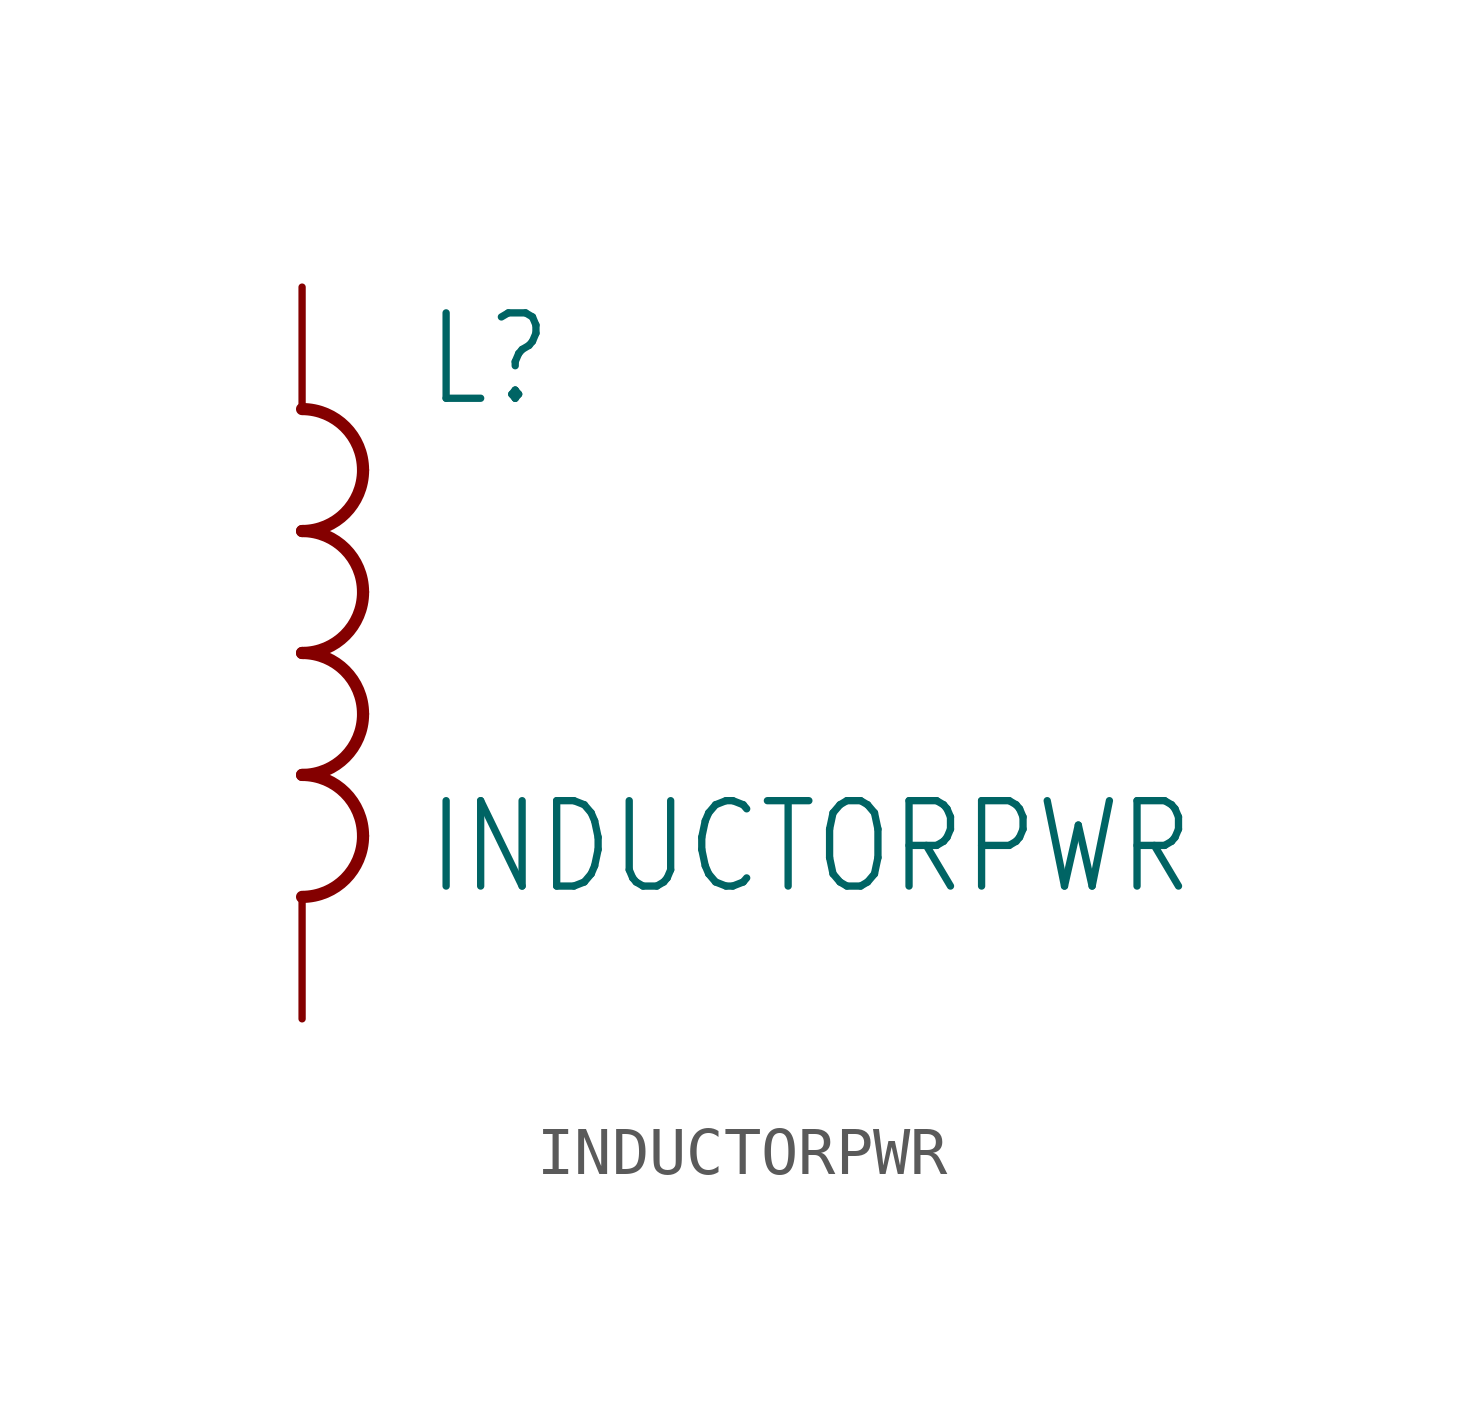
<source format=kicad_sym>
(kicad_symbol_lib
  (version 20211014)
  (generator kicad_symbol_editor)
  (symbol "INDUCTORPWR"
    (property "Reference" "L"
      (at 2.54 5.08 0)
      (effects (font (size 1.778 1.511)) (justify left bottom)))
    (property "Value" "INDUCTORPWR"
      (at 2.54 -5.08 0)
      (effects (font (size 1.778 1.511)) (justify left bottom)))
    (property "ki_locked" ""
      (at 0 0 0)
      (effects (font (size 1.27 1.27))))
    (symbol "INDUCTORPWR_1_0"
      (arc (start 0 -5.08) (mid 0.898 -4.708) (end 1.27 -3.81) (stroke (width 0.254) (type default) (color 0 0 0 0)) (fill (type none)))
      (arc (start 0 -2.54) (mid 0.898 -2.168) (end 1.27 -1.27) (stroke (width 0.254) (type default) (color 0 0 0 0)) (fill (type none)))
      (arc (start 0 0) (mid 0.898 0.372) (end 1.27 1.27) (stroke (width 0.254) (type default) (color 0 0 0 0)) (fill (type none)))
      (arc (start 0 2.54) (mid 0.898 2.912) (end 1.27 3.81) (stroke (width 0.254) (type default) (color 0 0 0 0)) (fill (type none)))
      (arc (start 1.27 -3.81) (mid 0.898 -2.912) (end 0 -2.54) (stroke (width 0.254) (type default) (color 0 0 0 0)) (fill (type none)))
      (arc (start 1.27 -1.27) (mid 0.898 -0.372) (end 0 0) (stroke (width 0.254) (type default) (color 0 0 0 0)) (fill (type none)))
      (arc (start 1.27 1.27) (mid 0.898 2.168) (end 0 2.54) (stroke (width 0.254) (type default) (color 0 0 0 0)) (fill (type none)))
      (arc (start 1.27 3.81) (mid 0.898 4.708) (end 0 5.08) (stroke (width 0.254) (type default) (color 0 0 0 0)) (fill (type none)))
      (pin passive line (at 0 7.62 270) (length 2.54) (name "1" (effects (font (size 0 0)))) (number "1" (effects (font (size 0 0)))))
      (pin passive line (at 0 -7.62 90) (length 2.54) (name "2" (effects (font (size 0 0)))) (number "2" (effects (font (size 0 0))))))))
</source>
